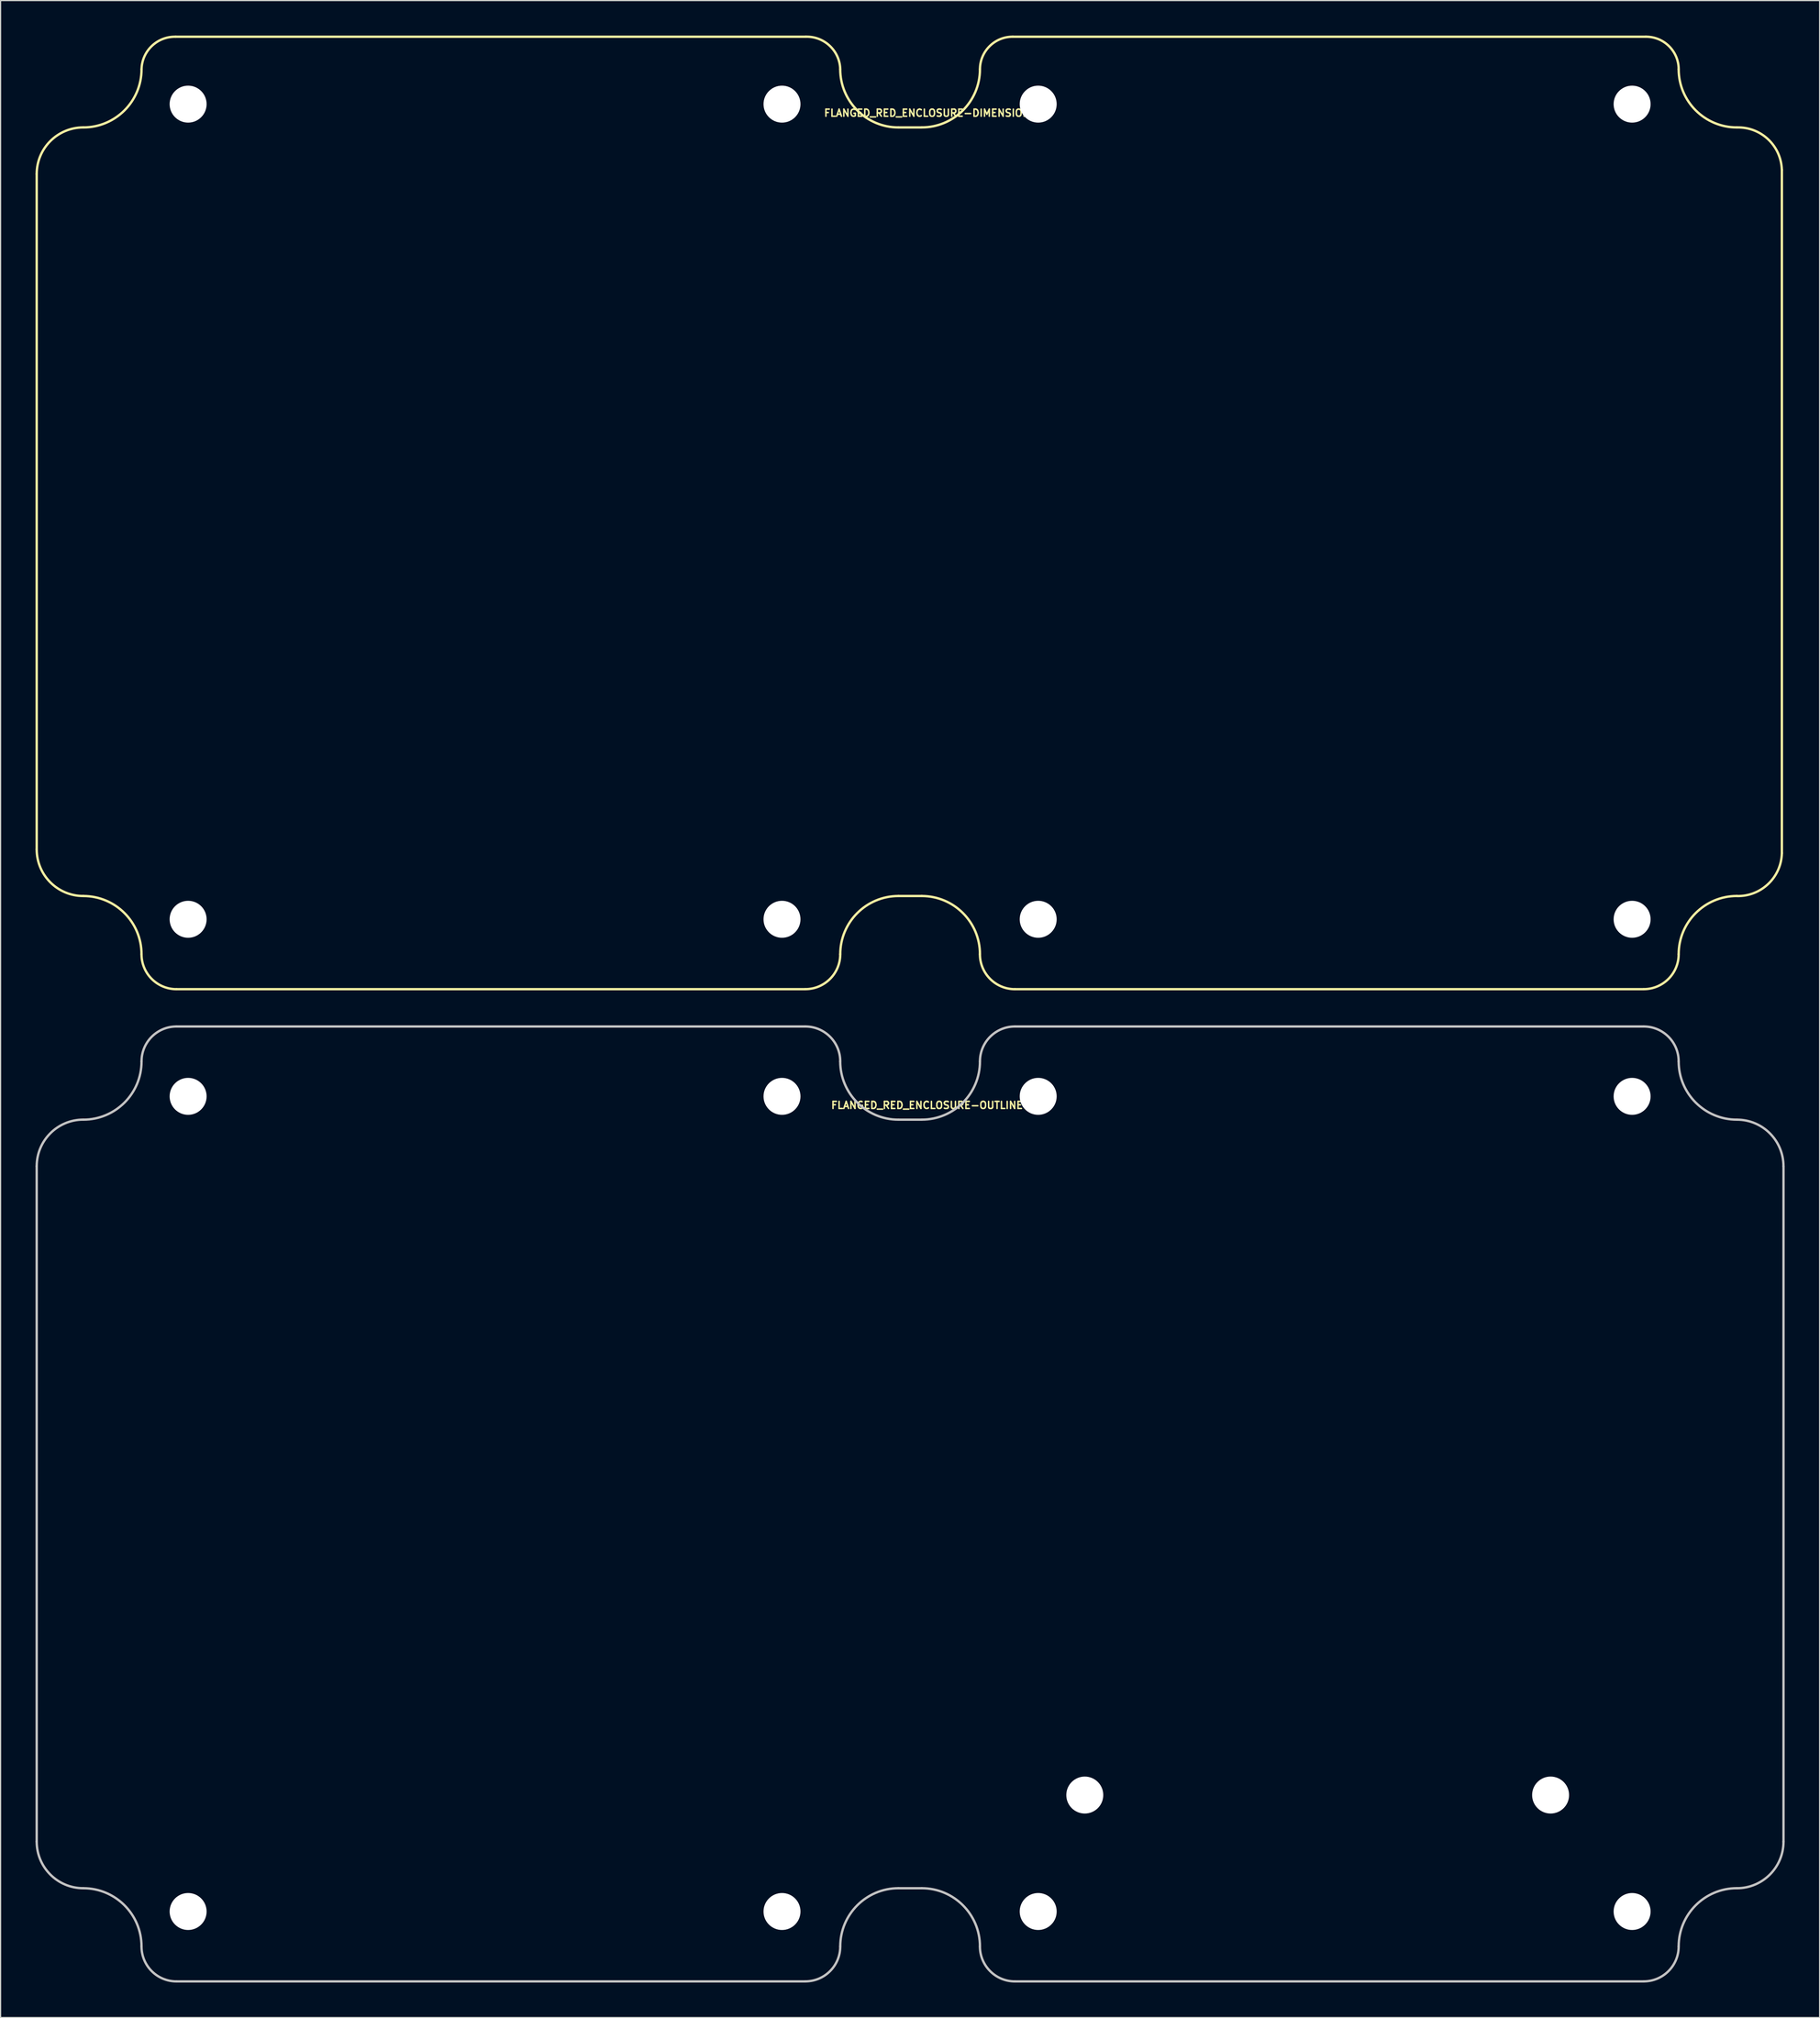
<source format=kicad_pcb>
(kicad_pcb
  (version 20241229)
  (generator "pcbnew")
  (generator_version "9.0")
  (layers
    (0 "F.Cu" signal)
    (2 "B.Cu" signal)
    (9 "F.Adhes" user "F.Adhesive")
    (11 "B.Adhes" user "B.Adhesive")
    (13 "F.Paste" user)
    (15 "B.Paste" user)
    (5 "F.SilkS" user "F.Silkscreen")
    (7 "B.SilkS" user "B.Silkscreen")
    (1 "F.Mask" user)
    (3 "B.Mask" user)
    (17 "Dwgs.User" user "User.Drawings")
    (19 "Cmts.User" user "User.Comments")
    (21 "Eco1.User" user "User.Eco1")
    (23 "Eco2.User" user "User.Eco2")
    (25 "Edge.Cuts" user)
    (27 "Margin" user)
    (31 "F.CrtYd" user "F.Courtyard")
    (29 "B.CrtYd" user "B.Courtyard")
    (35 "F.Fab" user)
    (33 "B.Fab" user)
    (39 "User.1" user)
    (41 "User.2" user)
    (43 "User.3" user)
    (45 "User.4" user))
  (footprint "FLANGED_RED_ENCLOSURE-OUTLINE"
    (layer "F.Cu")
    (at 75.032 126.453)
    (property "Reference" "FLANGED_RED_ENCLOSURE-OUTLINE" (at 1.524 -34.595 0) (layer "F.SilkS") (effects (font (size 0.61 0.61) (thickness 0.127))))
    (attr exclude_from_pos_files exclude_from_bom)
    (fp_line (start -74.93 -29.36) (end -74.93 28.639) (stroke (width 0.203) (type solid)) (layer "Dwgs.User"))
    (fp_line (start -62.928 40.64) (end -8.928 40.64) (stroke (width 0.203) (type solid)) (layer "Dwgs.User"))
    (fp_line (start -8.928 -41.359) (end -62.928 -41.359) (stroke (width 0.203) (type solid)) (layer "Dwgs.User"))
    (fp_line (start -0.93 -33.358) (end 1.069 -33.358) (stroke (width 0.203) (type solid)) (layer "Dwgs.User"))
    (fp_line (start -0.93 32.639) (end 1.069 32.639) (stroke (width 0.203) (type solid)) (layer "Dwgs.User"))
    (fp_line (start 9.068 40.64) (end 63.068 40.64) (stroke (width 0.203) (type solid)) (layer "Dwgs.User"))
    (fp_line (start 63.068 -41.359) (end 9.068 -41.359) (stroke (width 0.203) (type solid)) (layer "Dwgs.User"))
    (fp_line (start 75.07 28.639) (end 75.07 -29.36) (stroke (width 0.203) (type solid)) (layer "Dwgs.User"))
    (fp_arc (start -74.93 -29.35986) (mid -73.758281 -32.188641) (end -70.9295 -33.36036) (stroke (width 0.2032) (type solid)) (layer "Dwgs.User"))
    (fp_arc (start -70.9295 32.639) (mid -73.758281 31.467281) (end -74.93 28.6385) (stroke (width 0.2032) (type solid)) (layer "Dwgs.User"))
    (fp_arc (start -70.9295 32.639) (mid -67.394871 34.103091) (end -65.93078 37.63772) (stroke (width 0.2032) (type solid)) (layer "Dwgs.User"))
    (fp_arc (start -65.92824 -38.35908) (mid -67.393075 -34.822655) (end -70.9295 -33.35782) (stroke (width 0.2032) (type solid)) (layer "Dwgs.User"))
    (fp_arc (start -65.92824 -38.35908) (mid -65.049636 -40.480216) (end -62.9285 -41.35882) (stroke (width 0.2032) (type solid)) (layer "Dwgs.User"))
    (fp_arc (start -62.9285 40.64) (mid -65.051433 39.760653) (end -65.93078 37.63772) (stroke (width 0.2032) (type solid)) (layer "Dwgs.User"))
    (fp_arc (start -8.9281 -41.35882) (mid -6.806964 -40.480216) (end -5.92836 -38.35908) (stroke (width 0.2032) (type solid)) (layer "Dwgs.User"))
    (fp_arc (start -5.92836 37.63772) (mid -6.806964 39.758856) (end -8.9281 40.63746) (stroke (width 0.2032) (type solid)) (layer "Dwgs.User"))
    (fp_arc (start -5.92836 37.63772) (mid -4.464269 34.103091) (end -0.92964 32.639) (stroke (width 0.2032) (type solid)) (layer "Dwgs.User"))
    (fp_arc (start -0.92964 -33.35782) (mid -4.466065 -34.822655) (end -5.9309 -38.35908) (stroke (width 0.2032) (type solid)) (layer "Dwgs.User"))
    (fp_arc (start 1.06934 32.639) (mid 4.603969 34.103091) (end 6.06806 37.63772) (stroke (width 0.2032) (type solid)) (layer "Dwgs.User"))
    (fp_arc (start 6.06806 -38.35908) (mid 4.603969 -34.824451) (end 1.06934 -33.36036) (stroke (width 0.2032) (type solid)) (layer "Dwgs.User"))
    (fp_arc (start 6.06806 -38.35908) (mid 6.946664 -40.480216) (end 9.0678 -41.35882) (stroke (width 0.2032) (type solid)) (layer "Dwgs.User"))
    (fp_arc (start 9.0678 40.64) (mid 6.944867 39.760653) (end 6.06552 37.63772) (stroke (width 0.2032) (type solid)) (layer "Dwgs.User"))
    (fp_arc (start 63.0682 -41.35882) (mid 65.189336 -40.480216) (end 66.06794 -38.35908) (stroke (width 0.2032) (type solid)) (layer "Dwgs.User"))
    (fp_arc (start 66.06794 37.63772) (mid 65.189336 39.758856) (end 63.0682 40.63746) (stroke (width 0.2032) (type solid)) (layer "Dwgs.User"))
    (fp_arc (start 66.06794 37.63772) (mid 67.532775 34.101295) (end 71.0692 32.63646) (stroke (width 0.2032) (type solid)) (layer "Dwgs.User"))
    (fp_arc (start 71.0692 -33.35782) (mid 67.532775 -34.822655) (end 66.06794 -38.35908) (stroke (width 0.2032) (type solid)) (layer "Dwgs.User"))
    (fp_arc (start 71.0692 -33.35782) (mid 73.896185 -32.186845) (end 75.06716 -29.35986) (stroke (width 0.2032) (type solid)) (layer "Dwgs.User"))
    (fp_arc (start 75.0697 28.6385) (mid 73.897981 31.467281) (end 71.0692 32.639) (stroke (width 0.2032) (type solid)) (layer "Dwgs.User"))
    (pad "" np_thru_hole circle (at -61.928 -35.359) (size 3.175 3.175) (drill 3.175) (layers "*.Cu" "*.Mask"))
    (pad "" np_thru_hole circle (at -61.928 34.638) (size 3.175 3.175) (drill 3.175) (layers "*.Cu" "*.Mask"))
    (pad "" np_thru_hole circle (at -10.93 -35.359) (size 3.175 3.175) (drill 3.175) (layers "*.Cu" "*.Mask"))
    (pad "" np_thru_hole circle (at -10.93 34.638) (size 3.175 3.175) (drill 3.175) (layers "*.Cu" "*.Mask"))
    (pad "" np_thru_hole circle (at 11.069 -35.359) (size 3.175 3.175) (drill 3.175) (layers "*.Cu" "*.Mask"))
    (pad "" np_thru_hole circle (at 11.069 34.638) (size 3.175 3.175) (drill 3.175) (layers "*.Cu" "*.Mask"))
    (pad "" np_thru_hole circle (at 15.07 24.638) (size 3.175 3.175) (drill 3.175) (layers "*.Cu" "*.Mask"))
    (pad "" np_thru_hole circle (at 55.07 24.638) (size 3.175 3.175) (drill 3.175) (layers "*.Cu" "*.Mask"))
    (pad "" np_thru_hole circle (at 62.07 -35.359) (size 3.175 3.175) (drill 3.175) (layers "*.Cu" "*.Mask"))
    (pad "" np_thru_hole circle (at 62.07 34.638) (size 3.175 3.175) (drill 3.175) (layers "*.Cu" "*.Mask")))
  (footprint "FLANGED_RED_ENCLOSURE-DIMENSION"
    (layer "F.Cu")
    (at 75.032 39.981)
    (property "Reference" "FLANGED_RED_ENCLOSURE-DIMENSION" (at 1.524 -33.325 0) (layer "F.SilkS") (effects (font (size 0.61 0.61) (thickness 0.127))))
    (attr exclude_from_pos_files exclude_from_bom)
    (fp_line (start -74.93 -28.09) (end -74.93 29.909) (stroke (width 0.203) (type solid)) (layer "F.SilkS"))
    (fp_line (start -62.928 41.91) (end -8.928 41.91) (stroke (width 0.203) (type solid)) (layer "F.SilkS"))
    (fp_line (start -8.89 -39.878) (end -62.992 -39.878) (stroke (width 0.203) (type solid)) (layer "F.SilkS"))
    (fp_line (start -0.93 -32.088) (end 1.069 -32.088) (stroke (width 0.203) (type solid)) (layer "F.SilkS"))
    (fp_line (start -0.93 33.909) (end 1.069 33.909) (stroke (width 0.203) (type solid)) (layer "F.SilkS"))
    (fp_line (start 9.068 41.91) (end 63.068 41.91) (stroke (width 0.203) (type solid)) (layer "F.SilkS"))
    (fp_line (start 63.246 -39.878) (end 8.89 -39.878) (stroke (width 0.203) (type solid)) (layer "F.SilkS"))
    (fp_line (start 74.93 30.226) (end 74.93 -28.448) (stroke (width 0.203) (type solid)) (layer "F.SilkS"))
    (fp_arc (start -74.93 -28.08986) (mid -73.758281 -30.918641) (end -70.9295 -32.09036) (stroke (width 0.2032) (type solid)) (layer "F.SilkS"))
    (fp_arc (start -70.9295 33.909) (mid -73.758281 32.737281) (end -74.93 29.9085) (stroke (width 0.2032) (type solid)) (layer "F.SilkS"))
    (fp_arc (start -70.9295 33.909) (mid -67.394871 35.373091) (end -65.93078 38.90772) (stroke (width 0.2032) (type solid)) (layer "F.SilkS"))
    (fp_arc (start -65.92824 -37.08908) (mid -67.393075 -33.552655) (end -70.9295 -32.08782) (stroke (width 0.2032) (type solid)) (layer "F.SilkS"))
    (fp_arc (start -65.92824 -37.08908) (mid -65.035928 -39.090911) (end -62.98946 -39.87546) (stroke (width 0.2032) (type solid)) (layer "F.SilkS"))
    (fp_arc (start -62.9285 41.91) (mid -65.051433 41.030653) (end -65.93078 38.90772) (stroke (width 0.2032) (type solid)) (layer "F.SilkS"))
    (fp_arc (start -8.89 -39.878) (mid -6.831576 -39.096916) (end -5.92836 -37.08908) (stroke (width 0.2032) (type solid)) (layer "F.SilkS"))
    (fp_arc (start -5.92836 38.90772) (mid -6.806964 41.028856) (end -8.9281 41.90746) (stroke (width 0.2032) (type solid)) (layer "F.SilkS"))
    (fp_arc (start -5.92836 38.90772) (mid -4.464269 35.373091) (end -0.92964 33.909) (stroke (width 0.2032) (type solid)) (layer "F.SilkS"))
    (fp_arc (start -0.92964 -32.08782) (mid -4.466065 -33.552655) (end -5.9309 -37.08908) (stroke (width 0.2032) (type solid)) (layer "F.SilkS"))
    (fp_arc (start 1.06934 33.909) (mid 4.603969 35.373091) (end 6.06806 38.90772) (stroke (width 0.2032) (type solid)) (layer "F.SilkS"))
    (fp_arc (start 6.06806 -37.08908) (mid 4.603969 -33.554451) (end 1.06934 -32.09036) (stroke (width 0.2032) (type solid)) (layer "F.SilkS"))
    (fp_arc (start 6.06806 -37.08908) (mid 6.900156 -39.067457) (end 8.88746 -39.878) (stroke (width 0.2032) (type solid)) (layer "F.SilkS"))
    (fp_arc (start 9.0678 41.91) (mid 6.944867 41.030653) (end 6.06552 38.90772) (stroke (width 0.2032) (type solid)) (layer "F.SilkS"))
    (fp_arc (start 63.246 -39.878) (mid 65.235844 -39.068509) (end 66.07048 -37.08908) (stroke (width 0.2032) (type solid)) (layer "F.SilkS"))
    (fp_arc (start 66.06794 38.90772) (mid 65.189336 41.028856) (end 63.0682 41.90746) (stroke (width 0.2032) (type solid)) (layer "F.SilkS"))
    (fp_arc (start 66.06794 38.90772) (mid 67.532775 35.371295) (end 71.0692 33.90646) (stroke (width 0.2032) (type solid)) (layer "F.SilkS"))
    (fp_arc (start 71.0692 -32.08782) (mid 67.532775 -33.552655) (end 66.06794 -37.08908) (stroke (width 0.2032) (type solid)) (layer "F.SilkS"))
    (fp_arc (start 71.0692 -32.08782) (mid 73.752161 -31.066982) (end 74.92746 -28.448) (stroke (width 0.2032) (type solid)) (layer "F.SilkS"))
    (fp_arc (start 74.93 30.226) (mid 73.76163 32.868894) (end 71.06666 33.91154) (stroke (width 0.2032) (type solid)) (layer "F.SilkS"))
    (pad "" np_thru_hole circle (at -61.928 -34.089) (size 3.175 3.175) (drill 3.175) (layers "*.Cu" "*.Mask"))
    (pad "" np_thru_hole circle (at -61.928 35.908) (size 3.175 3.175) (drill 3.175) (layers "*.Cu" "*.Mask"))
    (pad "" np_thru_hole circle (at -10.93 -34.089) (size 3.175 3.175) (drill 3.175) (layers "*.Cu" "*.Mask"))
    (pad "" np_thru_hole circle (at -10.93 35.908) (size 3.175 3.175) (drill 3.175) (layers "*.Cu" "*.Mask"))
    (pad "" np_thru_hole circle (at 11.069 -34.089) (size 3.175 3.175) (drill 3.175) (layers "*.Cu" "*.Mask"))
    (pad "" np_thru_hole circle (at 11.069 35.908) (size 3.175 3.175) (drill 3.175) (layers "*.Cu" "*.Mask"))
    (pad "" np_thru_hole circle (at 62.07 -34.089) (size 3.175 3.175) (drill 3.175) (layers "*.Cu" "*.Mask"))
    (pad "" np_thru_hole circle (at 62.07 35.908) (size 3.175 3.175) (drill 3.175) (layers "*.Cu" "*.Mask")))
  (gr_rect
    (start -3 -3)
    (end 153.203 170.195)
    (stroke (width 0.1) (type default))
    (fill no)
    (layer "Edge.Cuts")))
</source>
